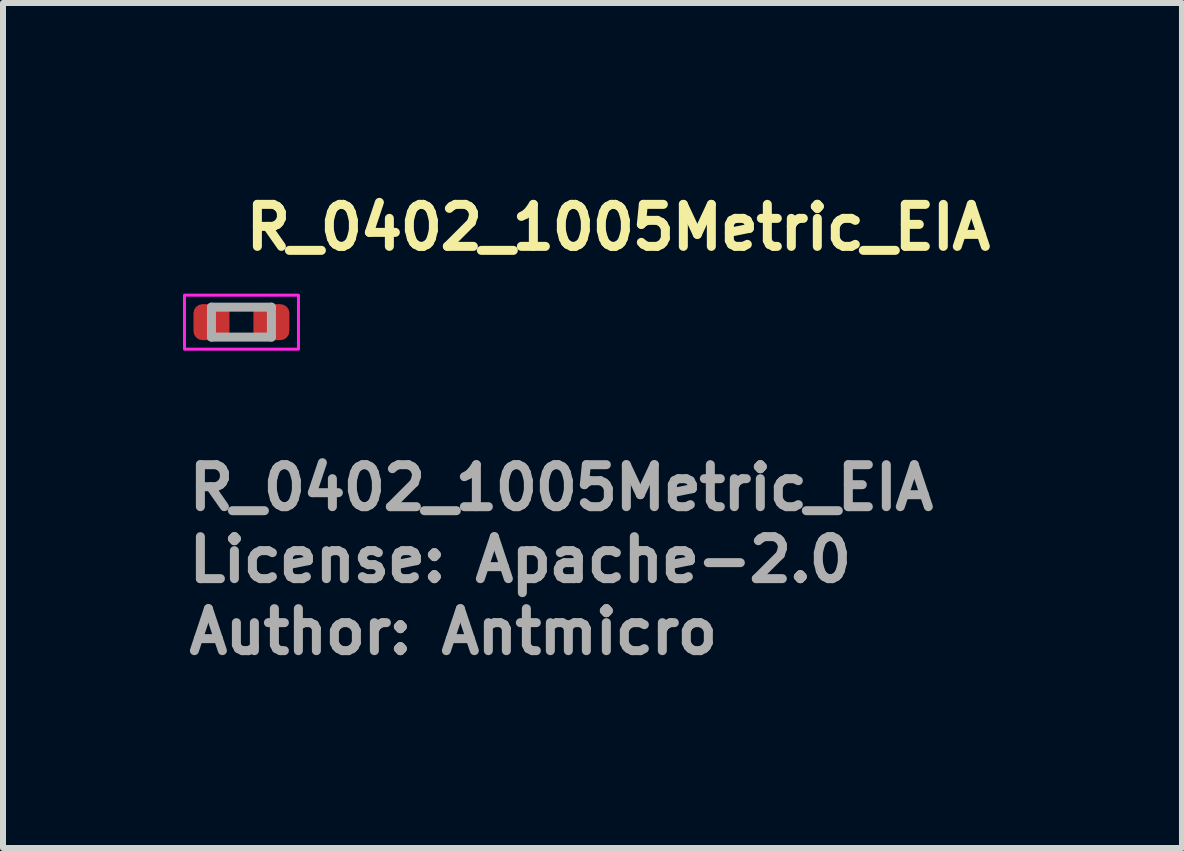
<source format=kicad_pcb>
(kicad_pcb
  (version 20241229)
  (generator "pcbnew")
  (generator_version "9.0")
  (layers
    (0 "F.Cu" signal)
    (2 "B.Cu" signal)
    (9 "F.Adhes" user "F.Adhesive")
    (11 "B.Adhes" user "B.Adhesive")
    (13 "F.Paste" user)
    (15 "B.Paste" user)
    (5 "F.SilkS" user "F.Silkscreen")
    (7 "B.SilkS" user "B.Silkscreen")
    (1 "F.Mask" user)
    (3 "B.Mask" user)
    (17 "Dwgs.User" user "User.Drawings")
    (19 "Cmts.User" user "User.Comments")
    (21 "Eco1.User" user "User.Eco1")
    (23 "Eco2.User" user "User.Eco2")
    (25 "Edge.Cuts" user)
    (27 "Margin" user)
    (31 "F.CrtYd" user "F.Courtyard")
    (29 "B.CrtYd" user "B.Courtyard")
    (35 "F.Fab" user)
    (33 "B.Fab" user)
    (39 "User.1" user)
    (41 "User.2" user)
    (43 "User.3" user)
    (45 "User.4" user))
  (footprint "R_0402_1005Metric_EIA"
    (layer "F.Cu")
    (at 0.975 2.32)
    (property "Reference" "R_0402_1005Metric_EIA" (at 0 -1.17 0) (layer "F.SilkS") (effects (font (size 0.7 0.7) (thickness 0.15)) (justify left bottom)))
    (attr smd)
    (fp_rect (start -0.95 -0.45) (end 0.95 0.45) (stroke (width 0.05) (type default)) (fill no) (layer "F.CrtYd"))
    (fp_line (start -0.5 -0.25) (end 0.499 -0.25) (stroke (width 0.15) (type solid)) (layer "F.Fab"))
    (fp_line (start -0.5 0.249) (end -0.5 -0.25) (stroke (width 0.15) (type solid)) (layer "F.Fab"))
    (fp_line (start 0.499 -0.25) (end 0.499 0.249) (stroke (width 0.15) (type solid)) (layer "F.Fab"))
    (fp_line (start 0.499 0.249) (end -0.5 0.249) (stroke (width 0.15) (type solid)) (layer "F.Fab"))
    (fp_rect (start -0.5 -0.25) (end 0.5 0.25) (stroke (width 0.15) (type solid)) (fill no) (layer "User.5"))
    (fp_line (start -0.5 0.25) (end -0.5 -0.25) (stroke (width 0.01) (type solid)) (layer "User.9"))
    (fp_line (start -0.25 -0.25) (end -0.5 -0.25) (stroke (width 0.01) (type solid)) (layer "User.9"))
    (fp_line (start -0.25 0.25) (end -0.5 0.25) (stroke (width 0.01) (type solid)) (layer "User.9"))
    (fp_line (start -0.25 0.25) (end -0.25 -0.25) (stroke (width 0.01) (type solid)) (layer "User.9"))
    (fp_line (start 0.25 -0.25) (end 0.25 0.25) (stroke (width 0.01) (type solid)) (layer "User.9"))
    (fp_line (start 0.25 -0.23) (end -0.25 -0.23) (stroke (width 0.01) (type solid)) (layer "User.9"))
    (fp_line (start 0.25 0.23) (end -0.25 0.23) (stroke (width 0.01) (type solid)) (layer "User.9"))
    (fp_line (start 0.25 0.25) (end 0.5 0.25) (stroke (width 0.01) (type solid)) (layer "User.9"))
    (fp_line (start 0.5 -0.25) (end 0.25 -0.25) (stroke (width 0.01) (type solid)) (layer "User.9"))
    (fp_line (start 0.5 0.25) (end 0.5 -0.25) (stroke (width 0.01) (type solid)) (layer "User.9"))
    (fp_text user "License: Apache-2.0" (at -0.95 4.369 0) (layer "F.Fab") (effects (font (size 0.7 0.7) (thickness 0.15)) (justify left bottom)))
    (fp_text user "${REFERENCE}" (at -0.95 3.169 0) (layer "F.Fab") (effects (font (size 0.7 0.7) (thickness 0.15)) (justify left bottom)))
    (fp_text user "Author: Antmicro" (at -0.95 5.569 0) (layer "F.Fab") (effects (font (size 0.7 0.7) (thickness 0.15)) (justify left bottom)))
    (pad "1" smd roundrect (at -0.5 0 90) (size 0.6 0.6) (layers "F.Cu" "F.Mask" "F.Paste") (roundrect_rratio 0.25))
    (pad "2" smd roundrect (at 0.499 0) (size 0.6 0.6) (layers "F.Cu" "F.Mask" "F.Paste") (roundrect_rratio 0.25)))
  (gr_rect
    (start -3 -3)
    (end 16.652 11.085)
    (stroke (width 0.1) (type default))
    (fill no)
    (layer "Edge.Cuts")))
</source>
